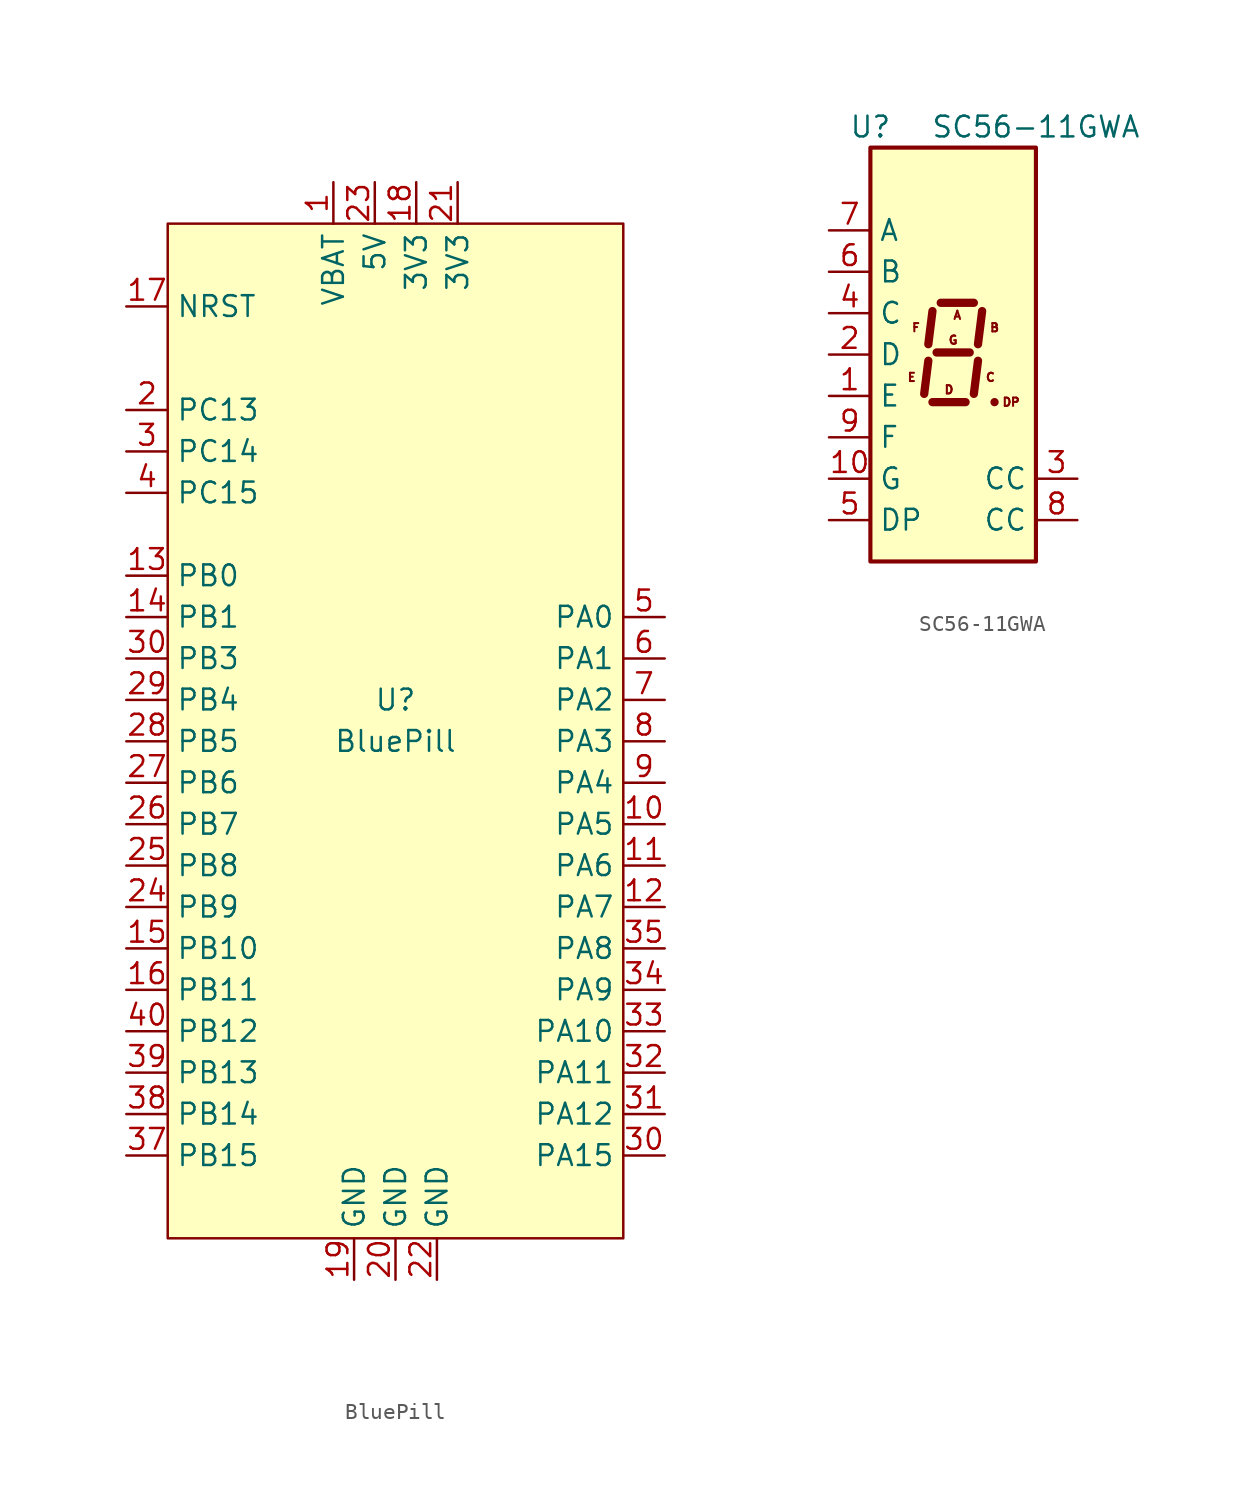
<source format=kicad_sym>
(kicad_symbol_lib
  (version 20211014)
  (generator kicad_symbol_editor)
  (symbol "BluePill"
    (property "Reference" "U"
      (at 0 1.27 0)
      (effects (font (size 1.27 1.27))))
    (property "Value" "BluePill"
      (at 0 -1.27 0)
      (effects (font (size 1.27 1.27))))
    (symbol "BluePill_0_1"
      (rectangle (start -13.97 30.48) (end 13.97 -31.75) (stroke (width 0) (type default) (color 0 0 0 0)) (fill (type background))))
    (symbol "BluePill_1_1"
      (pin power_in line (at -3.81 33.02 270) (length 2.54) (name "VBAT" (effects (font (size 1.27 1.27)))) (number "1" (effects (font (size 1.27 1.27)))))
      (pin bidirectional line (at 16.51 -6.35 180) (length 2.54) (name "PA5" (effects (font (size 1.27 1.27)))) (number "10" (effects (font (size 1.27 1.27)))))
      (pin bidirectional line (at 16.51 -8.89 180) (length 2.54) (name "PA6" (effects (font (size 1.27 1.27)))) (number "11" (effects (font (size 1.27 1.27)))))
      (pin bidirectional line (at 16.51 -11.43 180) (length 2.54) (name "PA7" (effects (font (size 1.27 1.27)))) (number "12" (effects (font (size 1.27 1.27)))))
      (pin bidirectional line (at -16.51 8.89 0) (length 2.54) (name "PB0" (effects (font (size 1.27 1.27)))) (number "13" (effects (font (size 1.27 1.27)))))
      (pin bidirectional line (at -16.51 6.35 0) (length 2.54) (name "PB1" (effects (font (size 1.27 1.27)))) (number "14" (effects (font (size 1.27 1.27)))))
      (pin bidirectional line (at -16.51 -13.97 0) (length 2.54) (name "PB10" (effects (font (size 1.27 1.27)))) (number "15" (effects (font (size 1.27 1.27)))))
      (pin bidirectional line (at -16.51 -16.51 0) (length 2.54) (name "PB11" (effects (font (size 1.27 1.27)))) (number "16" (effects (font (size 1.27 1.27)))))
      (pin input line (at -16.51 25.4 0) (length 2.54) (name "NRST" (effects (font (size 1.27 1.27)))) (number "17" (effects (font (size 1.27 1.27)))))
      (pin power_in line (at 1.27 33.02 270) (length 2.54) (name "3V3" (effects (font (size 1.27 1.27)))) (number "18" (effects (font (size 1.27 1.27)))))
      (pin power_in line (at -2.54 -34.29 90) (length 2.54) (name "GND" (effects (font (size 1.27 1.27)))) (number "19" (effects (font (size 1.27 1.27)))))
      (pin bidirectional line (at -16.51 19.05 0) (length 2.54) (name "PC13" (effects (font (size 1.27 1.27)))) (number "2" (effects (font (size 1.27 1.27)))))
      (pin power_in line (at 0 -34.29 90) (length 2.54) (name "GND" (effects (font (size 1.27 1.27)))) (number "20" (effects (font (size 1.27 1.27)))))
      (pin power_in line (at 3.81 33.02 270) (length 2.54) (name "3V3" (effects (font (size 1.27 1.27)))) (number "21" (effects (font (size 1.27 1.27)))))
      (pin power_in line (at 2.54 -34.29 90) (length 2.54) (name "GND" (effects (font (size 1.27 1.27)))) (number "22" (effects (font (size 1.27 1.27)))))
      (pin power_in line (at -1.27 33.02 270) (length 2.54) (name "5V" (effects (font (size 1.27 1.27)))) (number "23" (effects (font (size 1.27 1.27)))))
      (pin bidirectional line (at -16.51 -11.43 0) (length 2.54) (name "PB9" (effects (font (size 1.27 1.27)))) (number "24" (effects (font (size 1.27 1.27)))))
      (pin bidirectional line (at -16.51 -8.89 0) (length 2.54) (name "PB8" (effects (font (size 1.27 1.27)))) (number "25" (effects (font (size 1.27 1.27)))))
      (pin bidirectional line (at -16.51 -6.35 0) (length 2.54) (name "PB7" (effects (font (size 1.27 1.27)))) (number "26" (effects (font (size 1.27 1.27)))))
      (pin bidirectional line (at -16.51 -3.81 0) (length 2.54) (name "PB6" (effects (font (size 1.27 1.27)))) (number "27" (effects (font (size 1.27 1.27)))))
      (pin bidirectional line (at -16.51 -1.27 0) (length 2.54) (name "PB5" (effects (font (size 1.27 1.27)))) (number "28" (effects (font (size 1.27 1.27)))))
      (pin bidirectional line (at -16.51 1.27 0) (length 2.54) (name "PB4" (effects (font (size 1.27 1.27)))) (number "29" (effects (font (size 1.27 1.27)))))
      (pin bidirectional line (at -16.51 16.51 0) (length 2.54) (name "PC14" (effects (font (size 1.27 1.27)))) (number "3" (effects (font (size 1.27 1.27)))))
      (pin bidirectional line (at 16.51 -26.67 180) (length 2.54) (name "PA15" (effects (font (size 1.27 1.27)))) (number "30" (effects (font (size 1.27 1.27)))))
      (pin bidirectional line (at -16.51 3.81 0) (length 2.54) (name "PB3" (effects (font (size 1.27 1.27)))) (number "30" (effects (font (size 1.27 1.27)))))
      (pin bidirectional line (at 16.51 -24.13 180) (length 2.54) (name "PA12" (effects (font (size 1.27 1.27)))) (number "31" (effects (font (size 1.27 1.27)))))
      (pin bidirectional line (at 16.51 -21.59 180) (length 2.54) (name "PA11" (effects (font (size 1.27 1.27)))) (number "32" (effects (font (size 1.27 1.27)))))
      (pin bidirectional line (at 16.51 -19.05 180) (length 2.54) (name "PA10" (effects (font (size 1.27 1.27)))) (number "33" (effects (font (size 1.27 1.27)))))
      (pin bidirectional line (at 16.51 -16.51 180) (length 2.54) (name "PA9" (effects (font (size 1.27 1.27)))) (number "34" (effects (font (size 1.27 1.27)))))
      (pin bidirectional line (at 16.51 -13.97 180) (length 2.54) (name "PA8" (effects (font (size 1.27 1.27)))) (number "35" (effects (font (size 1.27 1.27)))))
      (pin bidirectional line (at -16.51 -26.67 0) (length 2.54) (name "PB15" (effects (font (size 1.27 1.27)))) (number "37" (effects (font (size 1.27 1.27)))))
      (pin bidirectional line (at -16.51 -24.13 0) (length 2.54) (name "PB14" (effects (font (size 1.27 1.27)))) (number "38" (effects (font (size 1.27 1.27)))))
      (pin bidirectional line (at -16.51 -21.59 0) (length 2.54) (name "PB13" (effects (font (size 1.27 1.27)))) (number "39" (effects (font (size 1.27 1.27)))))
      (pin bidirectional line (at -16.51 13.97 0) (length 2.54) (name "PC15" (effects (font (size 1.27 1.27)))) (number "4" (effects (font (size 1.27 1.27)))))
      (pin bidirectional line (at -16.51 -19.05 0) (length 2.54) (name "PB12" (effects (font (size 1.27 1.27)))) (number "40" (effects (font (size 1.27 1.27)))))
      (pin bidirectional line (at 16.51 6.35 180) (length 2.54) (name "PA0" (effects (font (size 1.27 1.27)))) (number "5" (effects (font (size 1.27 1.27)))))
      (pin bidirectional line (at 16.51 3.81 180) (length 2.54) (name "PA1" (effects (font (size 1.27 1.27)))) (number "6" (effects (font (size 1.27 1.27)))))
      (pin bidirectional line (at 16.51 1.27 180) (length 2.54) (name "PA2" (effects (font (size 1.27 1.27)))) (number "7" (effects (font (size 1.27 1.27)))))
      (pin bidirectional line (at 16.51 -1.27 180) (length 2.54) (name "PA3" (effects (font (size 1.27 1.27)))) (number "8" (effects (font (size 1.27 1.27)))))
      (pin bidirectional line (at 16.51 -3.81 180) (length 2.54) (name "PA4" (effects (font (size 1.27 1.27)))) (number "9" (effects (font (size 1.27 1.27)))))))
  (symbol "SC56-11GWA"
    (property "Reference" "U"
      (at -5.08 13.97 0)
      (effects (font (size 1.27 1.27))))
    (property "Value" "SC56-11GWA"
      (at 5.08 13.97 0)
      (effects (font (size 1.27 1.27))))
    (symbol "SC56-11GWA_1_0"
      (text "A" (at 0.254 2.413 0) (effects (font (size 0.508 0.508))))
      (text "B" (at 2.54 1.651 0) (effects (font (size 0.508 0.508))))
      (text "C" (at 2.286 -1.397 0) (effects (font (size 0.508 0.508))))
      (text "D" (at -0.254 -2.159 0) (effects (font (size 0.508 0.508))))
      (text "DP" (at 3.556 -2.921 0) (effects (font (size 0.508 0.508))))
      (text "E" (at -2.54 -1.397 0) (effects (font (size 0.508 0.508))))
      (text "F" (at -2.286 1.651 0) (effects (font (size 0.508 0.508))))
      (text "G" (at 0 0.889 0) (effects (font (size 0.508 0.508)))))
    (symbol "SC56-11GWA_1_1"
      (rectangle (start -5.08 12.7) (end 5.08 -12.7) (stroke (width 0.254) (type default) (color 0 0 0 0)) (fill (type background)))
      (polyline (pts (xy -1.524 -0.381) (xy -1.778 -2.413)) (stroke (width 0.508) (type default) (color 0 0 0 0)) (fill (type none)))
      (polyline (pts (xy -1.27 -2.921) (xy 0.762 -2.921)) (stroke (width 0.508) (type default) (color 0 0 0 0)) (fill (type none)))
      (polyline (pts (xy -1.27 2.667) (xy -1.524 0.635)) (stroke (width 0.508) (type default) (color 0 0 0 0)) (fill (type none)))
      (polyline (pts (xy -1.016 0.127) (xy 1.016 0.127)) (stroke (width 0.508) (type default) (color 0 0 0 0)) (fill (type none)))
      (polyline (pts (xy -0.762 3.175) (xy 1.27 3.175)) (stroke (width 0.508) (type default) (color 0 0 0 0)) (fill (type none)))
      (polyline (pts (xy 1.524 -0.381) (xy 1.27 -2.413)) (stroke (width 0.508) (type default) (color 0 0 0 0)) (fill (type none)))
      (polyline (pts (xy 1.778 2.667) (xy 1.524 0.635)) (stroke (width 0.508) (type default) (color 0 0 0 0)) (fill (type none)))
      (polyline (pts (xy 2.54 -2.921) (xy 2.54 -2.921)) (stroke (width 0.508) (type default) (color 0 0 0 0)) (fill (type none)))
      (pin input line (at -7.62 -2.54 0) (length 2.54) (name "E" (effects (font (size 1.27 1.27)))) (number "1" (effects (font (size 1.27 1.27)))))
      (pin input line (at -7.62 -7.62 0) (length 2.54) (name "G" (effects (font (size 1.27 1.27)))) (number "10" (effects (font (size 1.27 1.27)))))
      (pin input line (at -7.62 0 0) (length 2.54) (name "D" (effects (font (size 1.27 1.27)))) (number "2" (effects (font (size 1.27 1.27)))))
      (pin input line (at 7.62 -7.62 180) (length 2.54) (name "CC" (effects (font (size 1.27 1.27)))) (number "3" (effects (font (size 1.27 1.27)))))
      (pin input line (at -7.62 2.54 0) (length 2.54) (name "C" (effects (font (size 1.27 1.27)))) (number "4" (effects (font (size 1.27 1.27)))))
      (pin input line (at -7.62 -10.16 0) (length 2.54) (name "DP" (effects (font (size 1.27 1.27)))) (number "5" (effects (font (size 1.27 1.27)))))
      (pin input line (at -7.62 5.08 0) (length 2.54) (name "B" (effects (font (size 1.27 1.27)))) (number "6" (effects (font (size 1.27 1.27)))))
      (pin input line (at -7.62 7.62 0) (length 2.54) (name "A" (effects (font (size 1.27 1.27)))) (number "7" (effects (font (size 1.27 1.27)))))
      (pin input line (at 7.62 -10.16 180) (length 2.54) (name "CC" (effects (font (size 1.27 1.27)))) (number "8" (effects (font (size 1.27 1.27)))))
      (pin input line (at -7.62 -5.08 0) (length 2.54) (name "F" (effects (font (size 1.27 1.27)))) (number "9" (effects (font (size 1.27 1.27))))))))
</source>
